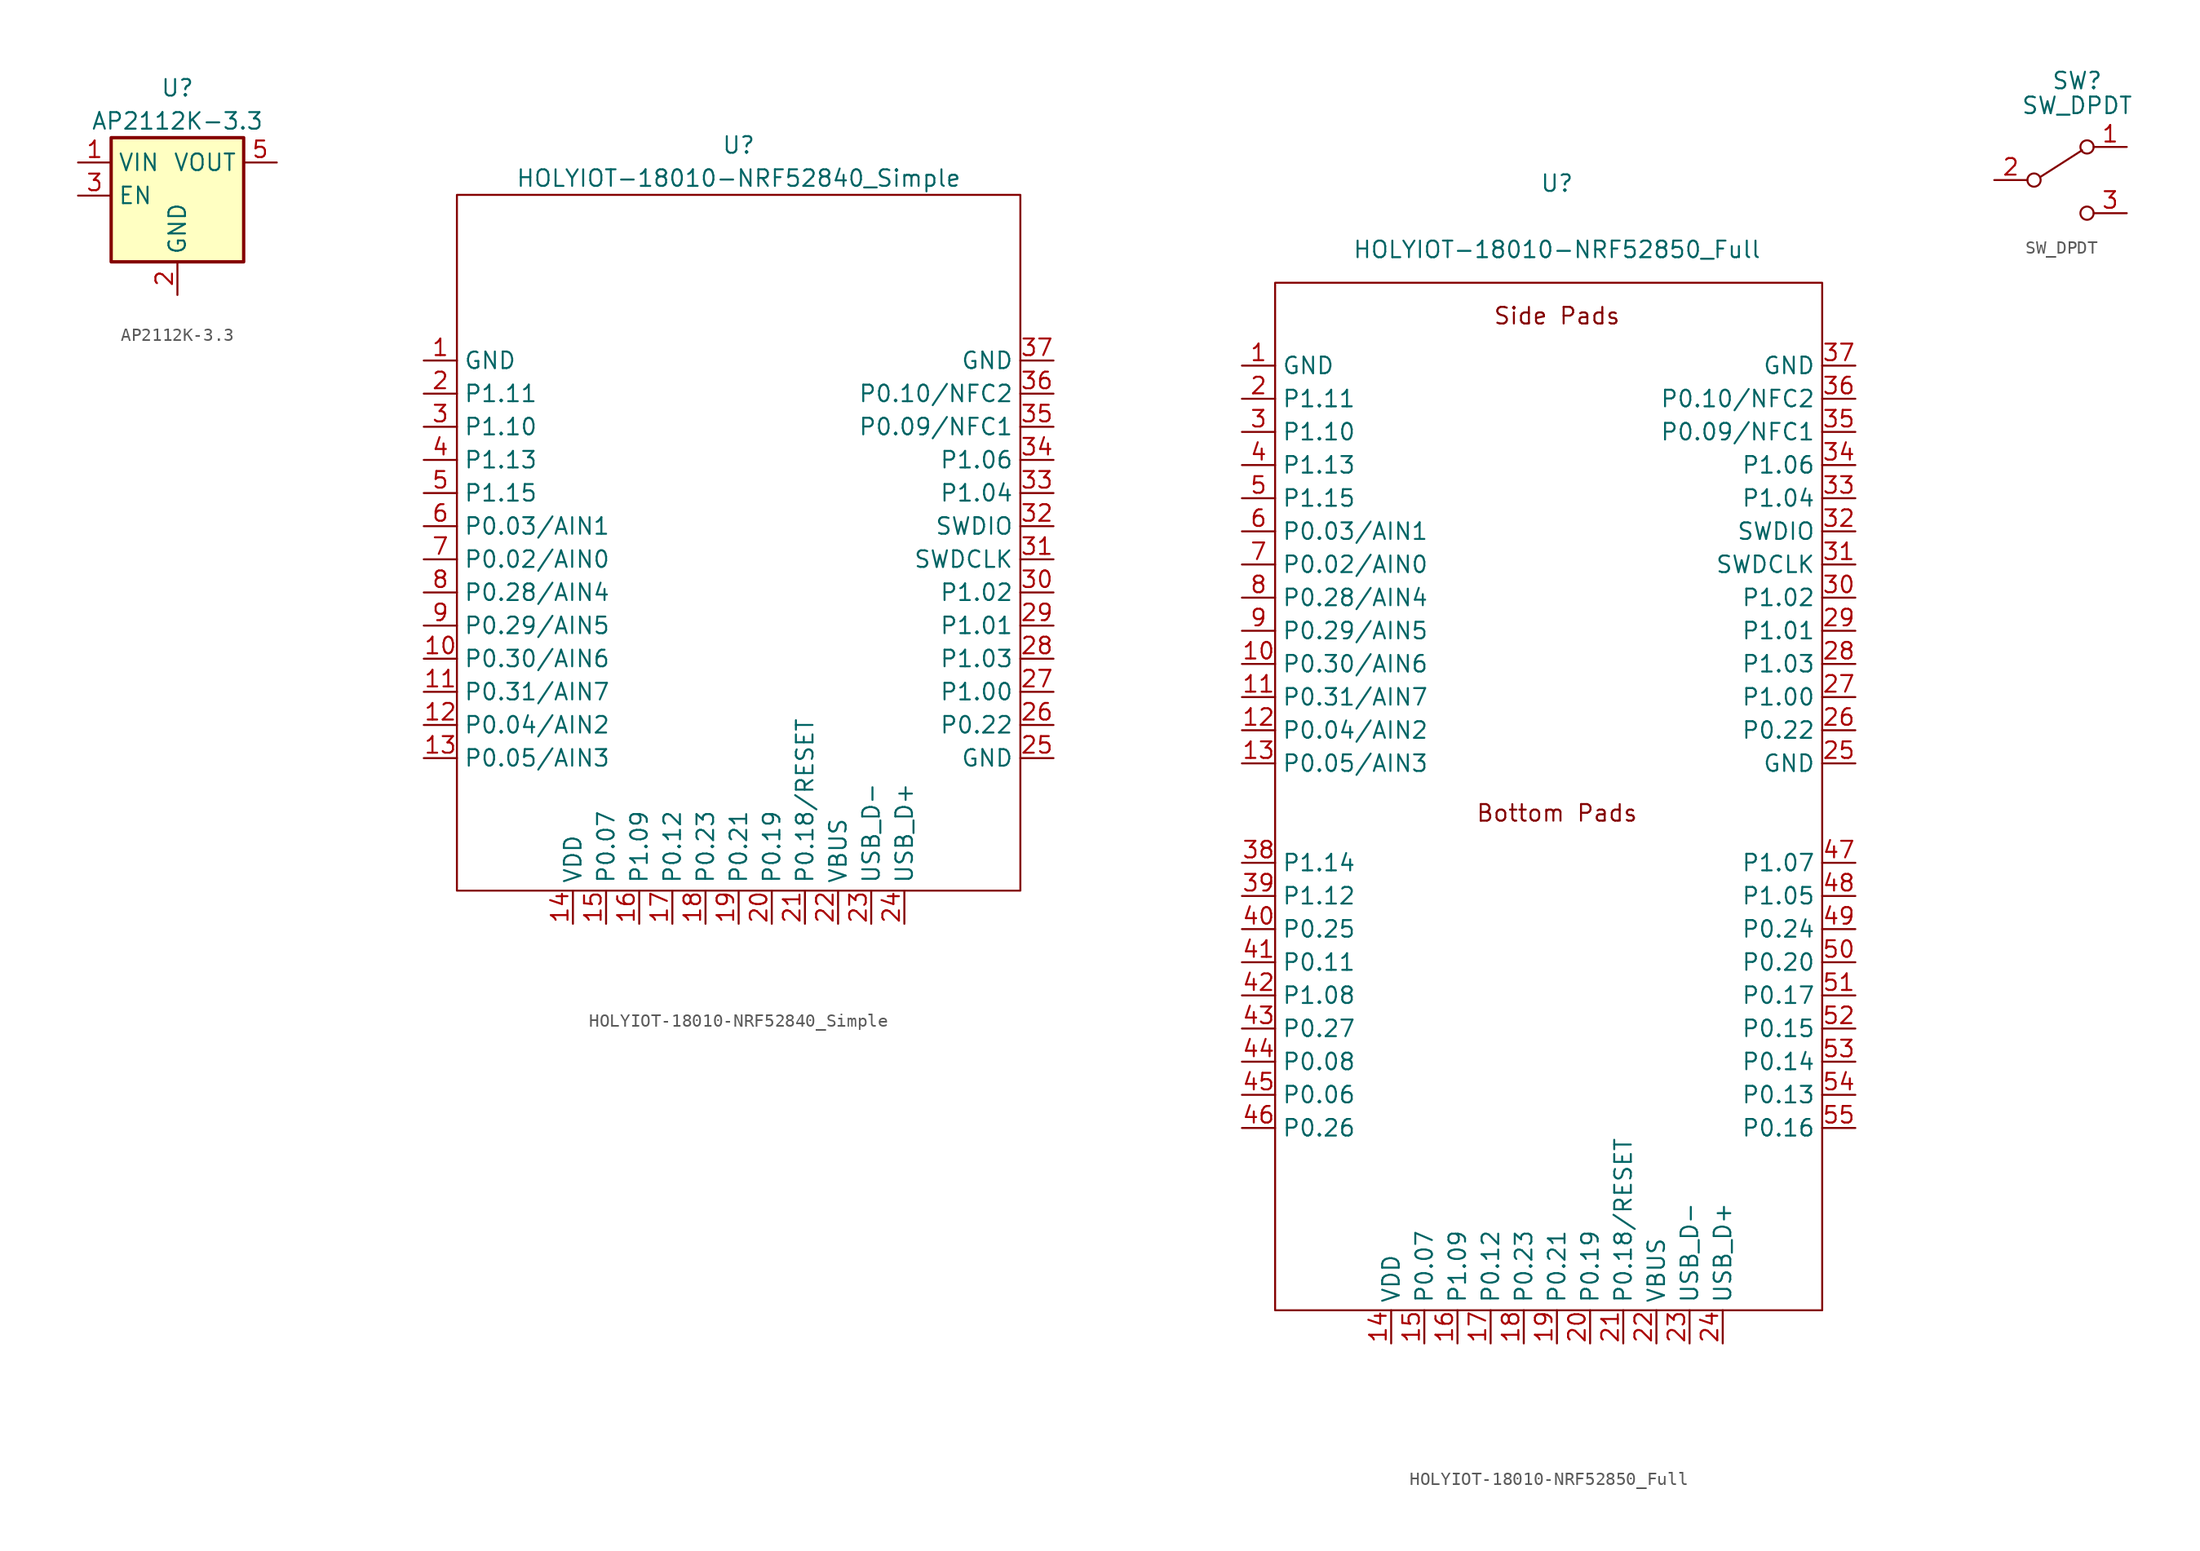
<source format=kicad_sym>
(kicad_symbol_lib
  (version 20201005)
  (generator kicad_symbol_editor)
  (symbol "jiran-ble-lite:AP2112K-3.3"
    (property "Reference" "U"
      (at 0 8.255 0)
      (effects (font (size 1.27 1.27))))
    (property "Value" "AP2112K-3.3"
      (at 0 5.715 0)
      (effects (font (size 1.27 1.27))))
    (symbol "AP2112K-3.3_0_1"
      (rectangle (start -5.08 4.445) (end 5.08 -5.08) (stroke (width 0.254)) (fill (type background))))
    (symbol "AP2112K-3.3_1_1"
      (pin power_in line (at -7.62 2.54 0) (length 2.54) (name "VIN" (effects (font (size 1.27 1.27)))) (number "1" (effects (font (size 1.27 1.27)))))
      (pin power_in line (at 0 -7.62 90) (length 2.54) (name "GND" (effects (font (size 1.27 1.27)))) (number "2" (effects (font (size 1.27 1.27)))))
      (pin input line (at -7.62 0 0) (length 2.54) (name "EN" (effects (font (size 1.27 1.27)))) (number "3" (effects (font (size 1.27 1.27)))))
      (pin no_connect line (at 7.62 0 180) (length 2.54) hide (name "NC" (effects (font (size 1.27 1.27)))) (number "4" (effects (font (size 1.27 1.27)))))
      (pin power_out line (at 7.62 2.54 180) (length 2.54) (name "VOUT" (effects (font (size 1.27 1.27)))) (number "5" (effects (font (size 1.27 1.27)))))))
  (symbol "jiran-ble-lite:HOLYIOT-18010-NRF52840_Simple"
    (property "Reference" "U"
      (at 0 31.75 0)
      (effects (font (size 1.27 1.27))))
    (property "Value" "HOLYIOT-18010-NRF52840_Simple"
      (at 0 29.21 0)
      (effects (font (size 1.27 1.27))))
    (symbol "HOLYIOT-18010-NRF52840_Simple_0_1"
      (rectangle (start -21.59 27.94) (end 21.59 -25.4) (stroke (width 0)) (fill (type none))))
    (symbol "HOLYIOT-18010-NRF52840_Simple_1_1"
      (pin power_in line (at -24.13 15.24 0) (length 2.54) (name "GND" (effects (font (size 1.27 1.27)))) (number "1" (effects (font (size 1.27 1.27)))))
      (pin input line (at -24.13 -7.62 0) (length 2.54) (name "P0.30/AIN6" (effects (font (size 1.27 1.27)))) (number "10" (effects (font (size 1.27 1.27)))))
      (pin input line (at -24.13 -10.16 0) (length 2.54) (name "P0.31/AIN7" (effects (font (size 1.27 1.27)))) (number "11" (effects (font (size 1.27 1.27)))))
      (pin input line (at -24.13 -12.7 0) (length 2.54) (name "P0.04/AIN2" (effects (font (size 1.27 1.27)))) (number "12" (effects (font (size 1.27 1.27)))))
      (pin input line (at -24.13 -15.24 0) (length 2.54) (name "P0.05/AIN3" (effects (font (size 1.27 1.27)))) (number "13" (effects (font (size 1.27 1.27)))))
      (pin power_in line (at -12.7 -27.94 90) (length 2.54) (name "VDD" (effects (font (size 1.27 1.27)))) (number "14" (effects (font (size 1.27 1.27)))))
      (pin input line (at -10.16 -27.94 90) (length 2.54) (name "P0.07" (effects (font (size 1.27 1.27)))) (number "15" (effects (font (size 1.27 1.27)))))
      (pin input line (at -7.62 -27.94 90) (length 2.54) (name "P1.09" (effects (font (size 1.27 1.27)))) (number "16" (effects (font (size 1.27 1.27)))))
      (pin input line (at -5.08 -27.94 90) (length 2.54) (name "P0.12" (effects (font (size 1.27 1.27)))) (number "17" (effects (font (size 1.27 1.27)))))
      (pin input line (at -2.54 -27.94 90) (length 2.54) (name "P0.23" (effects (font (size 1.27 1.27)))) (number "18" (effects (font (size 1.27 1.27)))))
      (pin input line (at 0 -27.94 90) (length 2.54) (name "P0.21" (effects (font (size 1.27 1.27)))) (number "19" (effects (font (size 1.27 1.27)))))
      (pin input line (at -24.13 12.7 0) (length 2.54) (name "P1.11" (effects (font (size 1.27 1.27)))) (number "2" (effects (font (size 1.27 1.27)))))
      (pin input line (at 2.54 -27.94 90) (length 2.54) (name "P0.19" (effects (font (size 1.27 1.27)))) (number "20" (effects (font (size 1.27 1.27)))))
      (pin input line (at 5.08 -27.94 90) (length 2.54) (name "P0.18/RESET" (effects (font (size 1.27 1.27)))) (number "21" (effects (font (size 1.27 1.27)))))
      (pin power_in line (at 7.62 -27.94 90) (length 2.54) (name "VBUS" (effects (font (size 1.27 1.27)))) (number "22" (effects (font (size 1.27 1.27)))))
      (pin input line (at 10.16 -27.94 90) (length 2.54) (name "USB_D-" (effects (font (size 1.27 1.27)))) (number "23" (effects (font (size 1.27 1.27)))))
      (pin input line (at 12.7 -27.94 90) (length 2.54) (name "USB_D+" (effects (font (size 1.27 1.27)))) (number "24" (effects (font (size 1.27 1.27)))))
      (pin power_in line (at 24.13 -15.24 180) (length 2.54) (name "GND" (effects (font (size 1.27 1.27)))) (number "25" (effects (font (size 1.27 1.27)))))
      (pin input line (at 24.13 -12.7 180) (length 2.54) (name "P0.22" (effects (font (size 1.27 1.27)))) (number "26" (effects (font (size 1.27 1.27)))))
      (pin input line (at 24.13 -10.16 180) (length 2.54) (name "P1.00" (effects (font (size 1.27 1.27)))) (number "27" (effects (font (size 1.27 1.27)))))
      (pin input line (at 24.13 -7.62 180) (length 2.54) (name "P1.03" (effects (font (size 1.27 1.27)))) (number "28" (effects (font (size 1.27 1.27)))))
      (pin input line (at 24.13 -5.08 180) (length 2.54) (name "P1.01" (effects (font (size 1.27 1.27)))) (number "29" (effects (font (size 1.27 1.27)))))
      (pin input line (at -24.13 10.16 0) (length 2.54) (name "P1.10" (effects (font (size 1.27 1.27)))) (number "3" (effects (font (size 1.27 1.27)))))
      (pin input line (at 24.13 -2.54 180) (length 2.54) (name "P1.02" (effects (font (size 1.27 1.27)))) (number "30" (effects (font (size 1.27 1.27)))))
      (pin input line (at 24.13 0 180) (length 2.54) (name "SWDCLK" (effects (font (size 1.27 1.27)))) (number "31" (effects (font (size 1.27 1.27)))))
      (pin input line (at 24.13 2.54 180) (length 2.54) (name "SWDIO" (effects (font (size 1.27 1.27)))) (number "32" (effects (font (size 1.27 1.27)))))
      (pin input line (at 24.13 5.08 180) (length 2.54) (name "P1.04" (effects (font (size 1.27 1.27)))) (number "33" (effects (font (size 1.27 1.27)))))
      (pin input line (at 24.13 7.62 180) (length 2.54) (name "P1.06" (effects (font (size 1.27 1.27)))) (number "34" (effects (font (size 1.27 1.27)))))
      (pin input line (at 24.13 10.16 180) (length 2.54) (name "P0.09/NFC1" (effects (font (size 1.27 1.27)))) (number "35" (effects (font (size 1.27 1.27)))))
      (pin input line (at 24.13 12.7 180) (length 2.54) (name "P0.10/NFC2" (effects (font (size 1.27 1.27)))) (number "36" (effects (font (size 1.27 1.27)))))
      (pin power_in line (at 24.13 15.24 180) (length 2.54) (name "GND" (effects (font (size 1.27 1.27)))) (number "37" (effects (font (size 1.27 1.27)))))
      (pin input line (at -24.13 7.62 0) (length 2.54) (name "P1.13" (effects (font (size 1.27 1.27)))) (number "4" (effects (font (size 1.27 1.27)))))
      (pin input line (at -24.13 5.08 0) (length 2.54) (name "P1.15" (effects (font (size 1.27 1.27)))) (number "5" (effects (font (size 1.27 1.27)))))
      (pin input line (at -24.13 2.54 0) (length 2.54) (name "P0.03/AIN1" (effects (font (size 1.27 1.27)))) (number "6" (effects (font (size 1.27 1.27)))))
      (pin input line (at -24.13 0 0) (length 2.54) (name "P0.02/AIN0" (effects (font (size 1.27 1.27)))) (number "7" (effects (font (size 1.27 1.27)))))
      (pin input line (at -24.13 -2.54 0) (length 2.54) (name "P0.28/AIN4" (effects (font (size 1.27 1.27)))) (number "8" (effects (font (size 1.27 1.27)))))
      (pin input line (at -24.13 -5.08 0) (length 2.54) (name "P0.29/AIN5" (effects (font (size 1.27 1.27)))) (number "9" (effects (font (size 1.27 1.27)))))))
  (symbol "jiran-ble-lite:HOLYIOT-18010-NRF52850_Full"
    (property "Reference" "U"
      (at 0 34.29 0)
      (effects (font (size 1.27 1.27))))
    (property "Value" "HOLYIOT-18010-NRF52850_Full"
      (at 0 29.21 0)
      (effects (font (size 1.27 1.27))))
    (symbol "HOLYIOT-18010-NRF52850_Full_0_0"
      (text "Bottom Pads" (at 0 -13.97 0) (effects (font (size 1.27 1.27))))
      (text "Side Pads" (at 0 24.13 0) (effects (font (size 1.27 1.27)))))
    (symbol "HOLYIOT-18010-NRF52850_Full_0_1"
      (rectangle (start -21.59 26.67) (end 20.32 -52.07) (stroke (width 0)) (fill (type none))))
    (symbol "HOLYIOT-18010-NRF52850_Full_1_1"
      (pin power_in line (at -24.13 20.32 0) (length 2.54) (name "GND" (effects (font (size 1.27 1.27)))) (number "1" (effects (font (size 1.27 1.27)))))
      (pin input line (at -24.13 -2.54 0) (length 2.54) (name "P0.30/AIN6" (effects (font (size 1.27 1.27)))) (number "10" (effects (font (size 1.27 1.27)))))
      (pin input line (at -24.13 -5.08 0) (length 2.54) (name "P0.31/AIN7" (effects (font (size 1.27 1.27)))) (number "11" (effects (font (size 1.27 1.27)))))
      (pin input line (at -24.13 -7.62 0) (length 2.54) (name "P0.04/AIN2" (effects (font (size 1.27 1.27)))) (number "12" (effects (font (size 1.27 1.27)))))
      (pin input line (at -24.13 -10.16 0) (length 2.54) (name "P0.05/AIN3" (effects (font (size 1.27 1.27)))) (number "13" (effects (font (size 1.27 1.27)))))
      (pin power_in line (at -12.7 -54.61 90) (length 2.54) (name "VDD" (effects (font (size 1.27 1.27)))) (number "14" (effects (font (size 1.27 1.27)))))
      (pin input line (at -10.16 -54.61 90) (length 2.54) (name "P0.07" (effects (font (size 1.27 1.27)))) (number "15" (effects (font (size 1.27 1.27)))))
      (pin input line (at -7.62 -54.61 90) (length 2.54) (name "P1.09" (effects (font (size 1.27 1.27)))) (number "16" (effects (font (size 1.27 1.27)))))
      (pin input line (at -5.08 -54.61 90) (length 2.54) (name "P0.12" (effects (font (size 1.27 1.27)))) (number "17" (effects (font (size 1.27 1.27)))))
      (pin input line (at -2.54 -54.61 90) (length 2.54) (name "P0.23" (effects (font (size 1.27 1.27)))) (number "18" (effects (font (size 1.27 1.27)))))
      (pin input line (at 0 -54.61 90) (length 2.54) (name "P0.21" (effects (font (size 1.27 1.27)))) (number "19" (effects (font (size 1.27 1.27)))))
      (pin input line (at -24.13 17.78 0) (length 2.54) (name "P1.11" (effects (font (size 1.27 1.27)))) (number "2" (effects (font (size 1.27 1.27)))))
      (pin input line (at 2.54 -54.61 90) (length 2.54) (name "P0.19" (effects (font (size 1.27 1.27)))) (number "20" (effects (font (size 1.27 1.27)))))
      (pin input line (at 5.08 -54.61 90) (length 2.54) (name "P0.18/RESET" (effects (font (size 1.27 1.27)))) (number "21" (effects (font (size 1.27 1.27)))))
      (pin power_in line (at 7.62 -54.61 90) (length 2.54) (name "VBUS" (effects (font (size 1.27 1.27)))) (number "22" (effects (font (size 1.27 1.27)))))
      (pin input line (at 10.16 -54.61 90) (length 2.54) (name "USB_D-" (effects (font (size 1.27 1.27)))) (number "23" (effects (font (size 1.27 1.27)))))
      (pin input line (at 12.7 -54.61 90) (length 2.54) (name "USB_D+" (effects (font (size 1.27 1.27)))) (number "24" (effects (font (size 1.27 1.27)))))
      (pin power_in line (at 22.86 -10.16 180) (length 2.54) (name "GND" (effects (font (size 1.27 1.27)))) (number "25" (effects (font (size 1.27 1.27)))))
      (pin input line (at 22.86 -7.62 180) (length 2.54) (name "P0.22" (effects (font (size 1.27 1.27)))) (number "26" (effects (font (size 1.27 1.27)))))
      (pin input line (at 22.86 -5.08 180) (length 2.54) (name "P1.00" (effects (font (size 1.27 1.27)))) (number "27" (effects (font (size 1.27 1.27)))))
      (pin input line (at 22.86 -2.54 180) (length 2.54) (name "P1.03" (effects (font (size 1.27 1.27)))) (number "28" (effects (font (size 1.27 1.27)))))
      (pin input line (at 22.86 0 180) (length 2.54) (name "P1.01" (effects (font (size 1.27 1.27)))) (number "29" (effects (font (size 1.27 1.27)))))
      (pin input line (at -24.13 15.24 0) (length 2.54) (name "P1.10" (effects (font (size 1.27 1.27)))) (number "3" (effects (font (size 1.27 1.27)))))
      (pin input line (at 22.86 2.54 180) (length 2.54) (name "P1.02" (effects (font (size 1.27 1.27)))) (number "30" (effects (font (size 1.27 1.27)))))
      (pin input line (at 22.86 5.08 180) (length 2.54) (name "SWDCLK" (effects (font (size 1.27 1.27)))) (number "31" (effects (font (size 1.27 1.27)))))
      (pin input line (at 22.86 7.62 180) (length 2.54) (name "SWDIO" (effects (font (size 1.27 1.27)))) (number "32" (effects (font (size 1.27 1.27)))))
      (pin input line (at 22.86 10.16 180) (length 2.54) (name "P1.04" (effects (font (size 1.27 1.27)))) (number "33" (effects (font (size 1.27 1.27)))))
      (pin input line (at 22.86 12.7 180) (length 2.54) (name "P1.06" (effects (font (size 1.27 1.27)))) (number "34" (effects (font (size 1.27 1.27)))))
      (pin input line (at 22.86 15.24 180) (length 2.54) (name "P0.09/NFC1" (effects (font (size 1.27 1.27)))) (number "35" (effects (font (size 1.27 1.27)))))
      (pin input line (at 22.86 17.78 180) (length 2.54) (name "P0.10/NFC2" (effects (font (size 1.27 1.27)))) (number "36" (effects (font (size 1.27 1.27)))))
      (pin power_in line (at 22.86 20.32 180) (length 2.54) (name "GND" (effects (font (size 1.27 1.27)))) (number "37" (effects (font (size 1.27 1.27)))))
      (pin input line (at -24.13 -17.78 0) (length 2.54) (name "P1.14" (effects (font (size 1.27 1.27)))) (number "38" (effects (font (size 1.27 1.27)))))
      (pin input line (at -24.13 -20.32 0) (length 2.54) (name "P1.12" (effects (font (size 1.27 1.27)))) (number "39" (effects (font (size 1.27 1.27)))))
      (pin input line (at -24.13 12.7 0) (length 2.54) (name "P1.13" (effects (font (size 1.27 1.27)))) (number "4" (effects (font (size 1.27 1.27)))))
      (pin input line (at -24.13 -22.86 0) (length 2.54) (name "P0.25" (effects (font (size 1.27 1.27)))) (number "40" (effects (font (size 1.27 1.27)))))
      (pin input line (at -24.13 -25.4 0) (length 2.54) (name "P0.11" (effects (font (size 1.27 1.27)))) (number "41" (effects (font (size 1.27 1.27)))))
      (pin input line (at -24.13 -27.94 0) (length 2.54) (name "P1.08" (effects (font (size 1.27 1.27)))) (number "42" (effects (font (size 1.27 1.27)))))
      (pin input line (at -24.13 -30.48 0) (length 2.54) (name "P0.27" (effects (font (size 1.27 1.27)))) (number "43" (effects (font (size 1.27 1.27)))))
      (pin input line (at -24.13 -33.02 0) (length 2.54) (name "P0.08" (effects (font (size 1.27 1.27)))) (number "44" (effects (font (size 1.27 1.27)))))
      (pin input line (at -24.13 -35.56 0) (length 2.54) (name "P0.06" (effects (font (size 1.27 1.27)))) (number "45" (effects (font (size 1.27 1.27)))))
      (pin input line (at -24.13 -38.1 0) (length 2.54) (name "P0.26" (effects (font (size 1.27 1.27)))) (number "46" (effects (font (size 1.27 1.27)))))
      (pin input line (at 22.86 -17.78 180) (length 2.54) (name "P1.07" (effects (font (size 1.27 1.27)))) (number "47" (effects (font (size 1.27 1.27)))))
      (pin input line (at 22.86 -20.32 180) (length 2.54) (name "P1.05" (effects (font (size 1.27 1.27)))) (number "48" (effects (font (size 1.27 1.27)))))
      (pin input line (at 22.86 -22.86 180) (length 2.54) (name "P0.24" (effects (font (size 1.27 1.27)))) (number "49" (effects (font (size 1.27 1.27)))))
      (pin input line (at -24.13 10.16 0) (length 2.54) (name "P1.15" (effects (font (size 1.27 1.27)))) (number "5" (effects (font (size 1.27 1.27)))))
      (pin input line (at 22.86 -25.4 180) (length 2.54) (name "P0.20" (effects (font (size 1.27 1.27)))) (number "50" (effects (font (size 1.27 1.27)))))
      (pin input line (at 22.86 -27.94 180) (length 2.54) (name "P0.17" (effects (font (size 1.27 1.27)))) (number "51" (effects (font (size 1.27 1.27)))))
      (pin input line (at 22.86 -30.48 180) (length 2.54) (name "P0.15" (effects (font (size 1.27 1.27)))) (number "52" (effects (font (size 1.27 1.27)))))
      (pin input line (at 22.86 -33.02 180) (length 2.54) (name "P0.14" (effects (font (size 1.27 1.27)))) (number "53" (effects (font (size 1.27 1.27)))))
      (pin input line (at 22.86 -35.56 180) (length 2.54) (name "P0.13" (effects (font (size 1.27 1.27)))) (number "54" (effects (font (size 1.27 1.27)))))
      (pin input line (at 22.86 -38.1 180) (length 2.54) (name "P0.16" (effects (font (size 1.27 1.27)))) (number "55" (effects (font (size 1.27 1.27)))))
      (pin input line (at -24.13 7.62 0) (length 2.54) (name "P0.03/AIN1" (effects (font (size 1.27 1.27)))) (number "6" (effects (font (size 1.27 1.27)))))
      (pin input line (at -24.13 5.08 0) (length 2.54) (name "P0.02/AIN0" (effects (font (size 1.27 1.27)))) (number "7" (effects (font (size 1.27 1.27)))))
      (pin input line (at -24.13 2.54 0) (length 2.54) (name "P0.28/AIN4" (effects (font (size 1.27 1.27)))) (number "8" (effects (font (size 1.27 1.27)))))
      (pin input line (at -24.13 0 0) (length 2.54) (name "P0.29/AIN5" (effects (font (size 1.27 1.27)))) (number "9" (effects (font (size 1.27 1.27)))))))
  (symbol "jiran-ble-lite:SW_DPDT"
    (pin_names hide)
    (property "Reference" "SW"
      (at 0 7.62 0)
      (effects (font (size 1.27 1.27))))
    (property "Value" "SW_DPDT"
      (at 0 5.715 0)
      (effects (font (size 1.27 1.27))))
    (symbol "SW_DPDT_0_0"
      (circle (center -3.302 0) (radius 0.508) (stroke (width 0)) (fill (type none)))
      (circle (center 0.762 -2.54) (radius 0.508) (stroke (width 0)) (fill (type none))))
    (symbol "SW_DPDT_0_1"
      (circle (center 0.762 2.54) (radius 0.508) (stroke (width 0)) (fill (type none)))
      (polyline (pts (xy -2.794 0.254) (xy 0.381 2.286)) (stroke (width 0)) (fill (type none))))
    (symbol "SW_DPDT_1_1"
      (pin passive line (at 3.81 2.54 180) (length 2.54) (name "A" (effects (font (size 1.27 1.27)))) (number "1" (effects (font (size 1.27 1.27)))))
      (pin passive line (at -6.35 0 0) (length 2.54) (name "B" (effects (font (size 1.27 1.27)))) (number "2" (effects (font (size 1.27 1.27)))))
      (pin passive line (at 3.81 -2.54 180) (length 2.54) (name "C" (effects (font (size 1.27 1.27)))) (number "3" (effects (font (size 1.27 1.27))))))))
</source>
